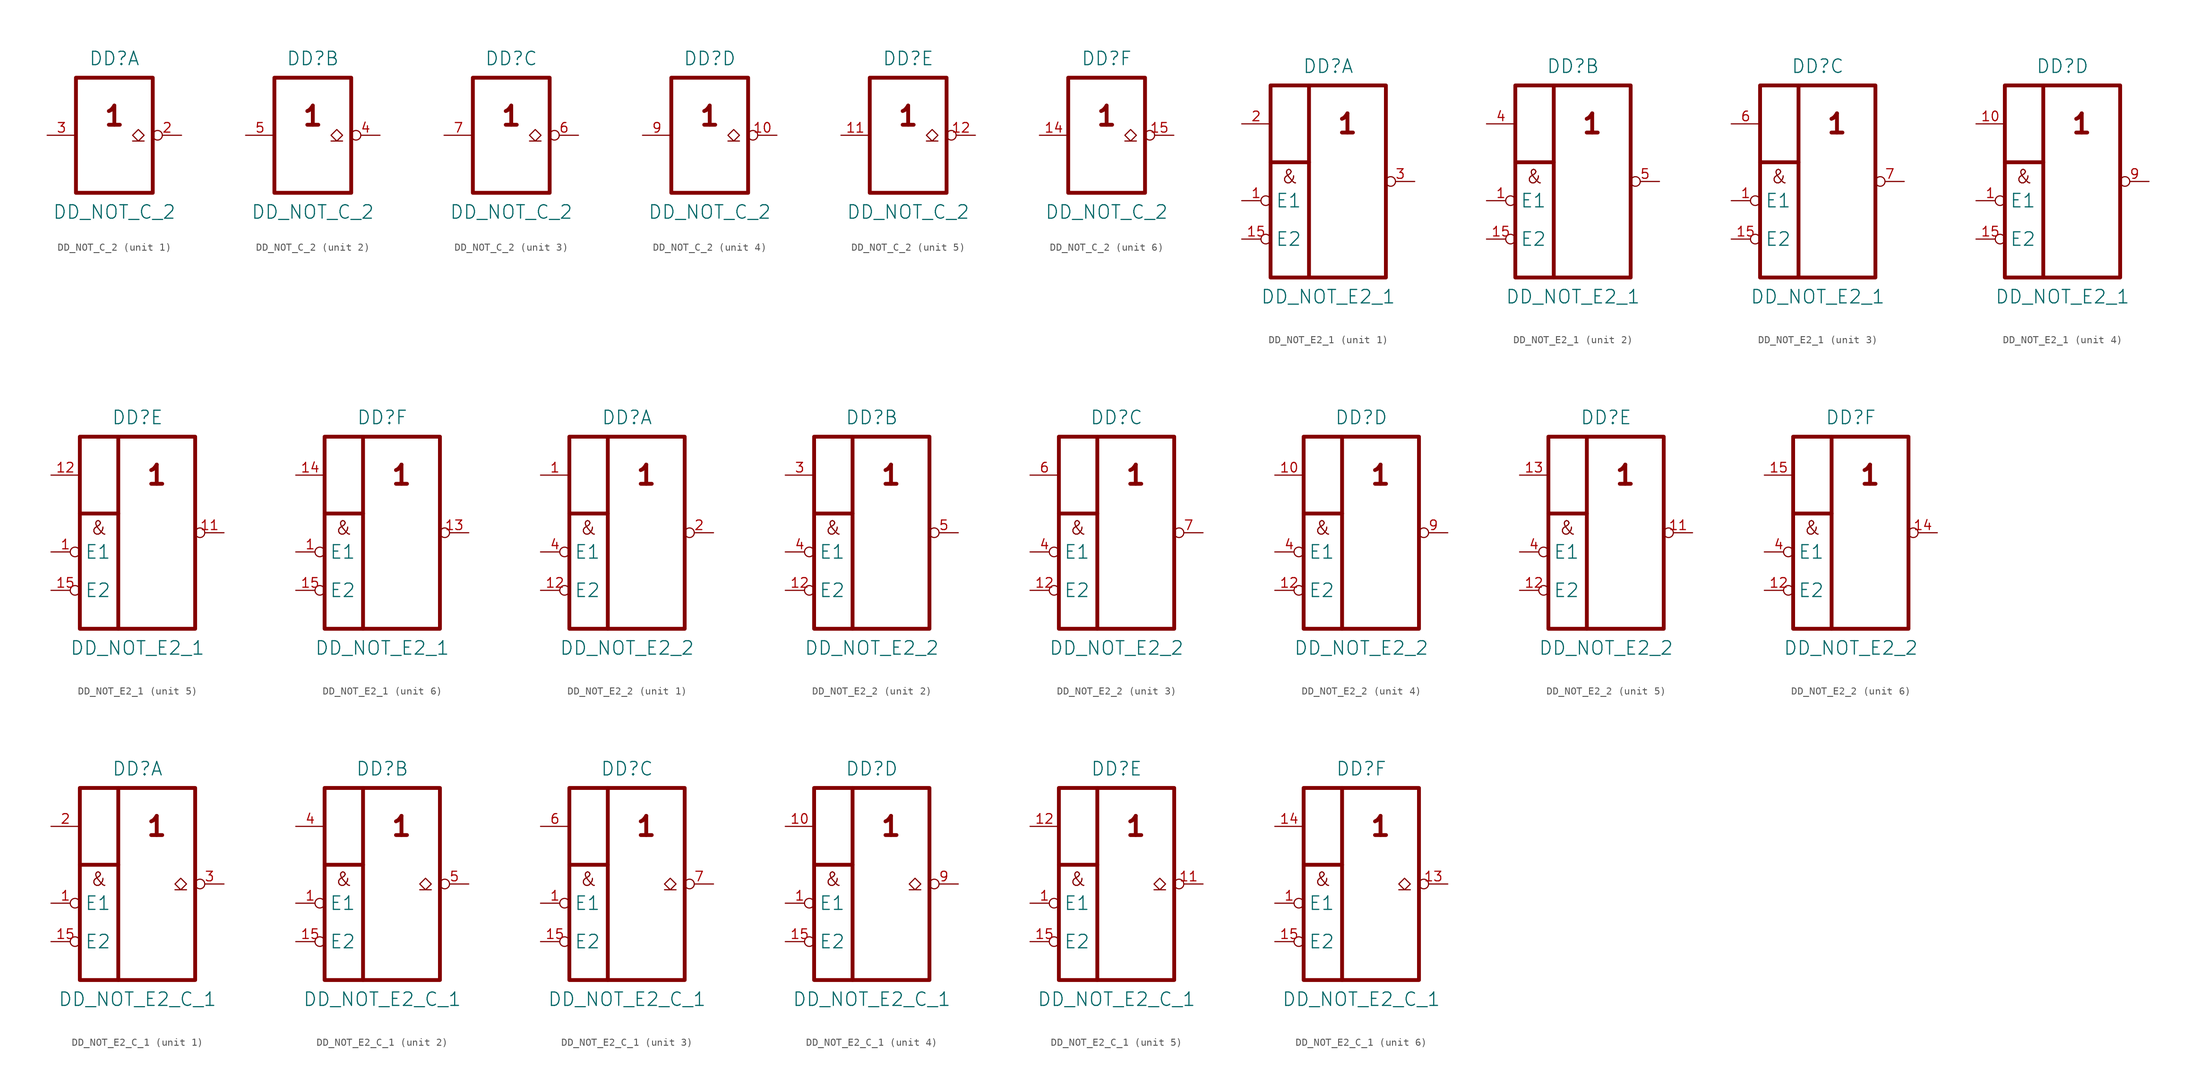
<source format=kicad_sym>
(kicad_symbol_lib
  (version 20211014)
  (generator kicad_symbol_editor)
  (symbol "DD_NOT_C_2"
    (pin_names
      (offset 1.27))
    (property "Reference" "DD"
      (at 0 10.16 0)
      (effects (font (size 1.778 1.778))))
    (property "Value" "DD_NOT_C_2"
      (at 0 -10.16 0)
      (effects (font (size 1.778 1.778))))
    (symbol "DD_NOT_C_2_0_0"
      (text "1" (at 0 2.54 0) (effects (font (size 2.54 2.54) bold))))
    (symbol "DD_NOT_C_2_0_1"
      (rectangle (start -5.08 7.62) (end 5.08 -7.62) (stroke (width 0.508) (type default) (color 0 0 0 0)) (fill (type none)))
      (polyline (pts (xy 2.413 -0.762) (xy 3.175 -0.762) (xy 2.413 0) (xy 3.175 0.762) (xy 3.937 0) (xy 3.175 -0.762) (xy 3.937 -0.762)) (stroke (width 0) (type default) (color 0 0 0 0)) (fill (type none)))
      (pin power_in non_logic (at 8.89 5.08 180) (length 3.81) hide (name "VCC" (effects (font (size 1.27 1.27)))) (number "16" (effects (font (size 1.27 1.27)))))
      (pin power_in non_logic (at 8.89 -5.08 180) (length 3.81) hide (name "GND" (effects (font (size 1.27 1.27)))) (number "8" (effects (font (size 1.27 1.27))))))
    (symbol "DD_NOT_C_2_1_1"
      (pin output inverted (at 8.89 0 180) (length 3.81) (name "~" (effects (font (size 1.778 1.778)))) (number "2" (effects (font (size 1.27 1.27)))))
      (pin input line (at -8.89 0 0) (length 3.81) (name "~" (effects (font (size 1.778 1.778)))) (number "3" (effects (font (size 1.27 1.27))))))
    (symbol "DD_NOT_C_2_2_1"
      (pin output inverted (at 8.89 0 180) (length 3.81) (name "~" (effects (font (size 1.778 1.778)))) (number "4" (effects (font (size 1.27 1.27)))))
      (pin input line (at -8.89 0 0) (length 3.81) (name "~" (effects (font (size 1.778 1.778)))) (number "5" (effects (font (size 1.27 1.27))))))
    (symbol "DD_NOT_C_2_3_1"
      (pin output inverted (at 8.89 0 180) (length 3.81) (name "~" (effects (font (size 1.778 1.778)))) (number "6" (effects (font (size 1.27 1.27)))))
      (pin input line (at -8.89 0 0) (length 3.81) (name "~" (effects (font (size 1.778 1.778)))) (number "7" (effects (font (size 1.27 1.27))))))
    (symbol "DD_NOT_C_2_4_1"
      (pin output inverted (at 8.89 0 180) (length 3.81) (name "~" (effects (font (size 1.778 1.778)))) (number "10" (effects (font (size 1.27 1.27)))))
      (pin input line (at -8.89 0 0) (length 3.81) (name "~" (effects (font (size 1.778 1.778)))) (number "9" (effects (font (size 1.27 1.27))))))
    (symbol "DD_NOT_C_2_5_1"
      (pin input line (at -8.89 0 0) (length 3.81) (name "~" (effects (font (size 1.778 1.778)))) (number "11" (effects (font (size 1.27 1.27)))))
      (pin output inverted (at 8.89 0 180) (length 3.81) (name "~" (effects (font (size 1.778 1.778)))) (number "12" (effects (font (size 1.27 1.27))))))
    (symbol "DD_NOT_C_2_6_1"
      (pin input line (at -8.89 0 0) (length 3.81) (name "~" (effects (font (size 1.778 1.778)))) (number "14" (effects (font (size 1.27 1.27)))))
      (pin output inverted (at 8.89 0 180) (length 3.81) (name "~" (effects (font (size 1.778 1.778)))) (number "15" (effects (font (size 1.27 1.27)))))))
  (symbol "DD_NOT_E2_1"
    (pin_names
      (offset 0.635))
    (property "Reference" "DD"
      (at 0 15.24 0)
      (effects (font (size 1.778 1.778))))
    (property "Value" "DD_NOT_E2_1"
      (at 0 -15.24 0)
      (effects (font (size 1.778 1.778))))
    (symbol "DD_NOT_E2_1_0_0"
      (text "&" (at -5.08 0.635 0) (effects (font (size 1.778 1.778))))
      (text "1" (at 2.54 7.62 0) (effects (font (size 2.54 2.54) bold))))
    (symbol "DD_NOT_E2_1_0_1"
      (rectangle (start -7.62 12.7) (end 7.62 -12.7) (stroke (width 0.508) (type default) (color 0 0 0 0)) (fill (type none)))
      (polyline (pts (xy -7.62 2.54) (xy -2.54 2.54)) (stroke (width 0.508) (type default) (color 0 0 0 0)) (fill (type none)))
      (polyline (pts (xy -2.54 12.7) (xy -2.54 -12.7)) (stroke (width 0.508) (type default) (color 0 0 0 0)) (fill (type none)))
      (pin input inverted (at -11.43 -2.54 0) (length 3.81) (name "E1" (effects (font (size 1.778 1.778)))) (number "1" (effects (font (size 1.27 1.27)))))
      (pin input inverted (at -11.43 -7.62 0) (length 3.81) (name "E2" (effects (font (size 1.778 1.778)))) (number "15" (effects (font (size 1.27 1.27)))))
      (pin power_in non_logic (at 11.43 10.16 180) (length 3.81) hide (name "VCC" (effects (font (size 1.27 1.27)))) (number "16" (effects (font (size 1.27 1.27)))))
      (pin power_in non_logic (at 11.43 -10.16 180) (length 3.81) hide (name "GND" (effects (font (size 1.27 1.27)))) (number "8" (effects (font (size 1.27 1.27))))))
    (symbol "DD_NOT_E2_1_1_1"
      (pin input line (at -11.43 7.62 0) (length 3.81) (name "~" (effects (font (size 1.778 1.778)))) (number "2" (effects (font (size 1.27 1.27)))))
      (pin output inverted (at 11.43 0 180) (length 3.81) (name "~" (effects (font (size 1.778 1.778)))) (number "3" (effects (font (size 1.27 1.27))))))
    (symbol "DD_NOT_E2_1_2_1"
      (pin input line (at -11.43 7.62 0) (length 3.81) (name "~" (effects (font (size 1.778 1.778)))) (number "4" (effects (font (size 1.27 1.27)))))
      (pin output inverted (at 11.43 0 180) (length 3.81) (name "~" (effects (font (size 1.778 1.778)))) (number "5" (effects (font (size 1.27 1.27))))))
    (symbol "DD_NOT_E2_1_3_1"
      (pin input line (at -11.43 7.62 0) (length 3.81) (name "~" (effects (font (size 1.778 1.778)))) (number "6" (effects (font (size 1.27 1.27)))))
      (pin output inverted (at 11.43 0 180) (length 3.81) (name "~" (effects (font (size 1.778 1.778)))) (number "7" (effects (font (size 1.27 1.27))))))
    (symbol "DD_NOT_E2_1_4_1"
      (pin input line (at -11.43 7.62 0) (length 3.81) (name "~" (effects (font (size 1.778 1.778)))) (number "10" (effects (font (size 1.27 1.27)))))
      (pin output inverted (at 11.43 0 180) (length 3.81) (name "~" (effects (font (size 1.778 1.778)))) (number "9" (effects (font (size 1.27 1.27))))))
    (symbol "DD_NOT_E2_1_5_1"
      (pin output inverted (at 11.43 0 180) (length 3.81) (name "~" (effects (font (size 1.778 1.778)))) (number "11" (effects (font (size 1.27 1.27)))))
      (pin input line (at -11.43 7.62 0) (length 3.81) (name "~" (effects (font (size 1.778 1.778)))) (number "12" (effects (font (size 1.27 1.27))))))
    (symbol "DD_NOT_E2_1_6_1"
      (pin output inverted (at 11.43 0 180) (length 3.81) (name "~" (effects (font (size 1.778 1.778)))) (number "13" (effects (font (size 1.27 1.27)))))
      (pin input line (at -11.43 7.62 0) (length 3.81) (name "~" (effects (font (size 1.778 1.778)))) (number "14" (effects (font (size 1.27 1.27)))))))
  (symbol "DD_NOT_E2_2"
    (pin_names
      (offset 0.635))
    (property "Reference" "DD"
      (at 0 15.24 0)
      (effects (font (size 1.778 1.778))))
    (property "Value" "DD_NOT_E2_2"
      (at 0 -15.24 0)
      (effects (font (size 1.778 1.778))))
    (symbol "DD_NOT_E2_2_0_0"
      (text "&" (at -5.08 0.635 0) (effects (font (size 1.778 1.778))))
      (text "1" (at 2.54 7.62 0) (effects (font (size 2.54 2.54) bold))))
    (symbol "DD_NOT_E2_2_0_1"
      (rectangle (start -7.62 12.7) (end 7.62 -12.7) (stroke (width 0.508) (type default) (color 0 0 0 0)) (fill (type none)))
      (polyline (pts (xy -7.62 2.54) (xy -2.54 2.54)) (stroke (width 0.508) (type default) (color 0 0 0 0)) (fill (type none)))
      (polyline (pts (xy -2.54 12.7) (xy -2.54 -12.7)) (stroke (width 0.508) (type default) (color 0 0 0 0)) (fill (type none)))
      (pin input inverted (at -11.43 -7.62 0) (length 3.81) (name "E2" (effects (font (size 1.778 1.778)))) (number "12" (effects (font (size 1.27 1.27)))))
      (pin power_in non_logic (at 11.43 10.16 180) (length 3.81) hide (name "VCC" (effects (font (size 1.27 1.27)))) (number "16" (effects (font (size 1.27 1.27)))))
      (pin input inverted (at -11.43 -2.54 0) (length 3.81) (name "E1" (effects (font (size 1.778 1.778)))) (number "4" (effects (font (size 1.27 1.27)))))
      (pin power_in non_logic (at 11.43 -10.16 180) (length 3.81) hide (name "GND" (effects (font (size 1.27 1.27)))) (number "8" (effects (font (size 1.27 1.27))))))
    (symbol "DD_NOT_E2_2_1_1"
      (pin input line (at -11.43 7.62 0) (length 3.81) (name "~" (effects (font (size 1.778 1.778)))) (number "1" (effects (font (size 1.27 1.27)))))
      (pin output inverted (at 11.43 0 180) (length 3.81) (name "~" (effects (font (size 1.778 1.778)))) (number "2" (effects (font (size 1.27 1.27))))))
    (symbol "DD_NOT_E2_2_2_1"
      (pin input line (at -11.43 7.62 0) (length 3.81) (name "~" (effects (font (size 1.778 1.778)))) (number "3" (effects (font (size 1.27 1.27)))))
      (pin output inverted (at 11.43 0 180) (length 3.81) (name "~" (effects (font (size 1.778 1.778)))) (number "5" (effects (font (size 1.27 1.27))))))
    (symbol "DD_NOT_E2_2_3_1"
      (pin input line (at -11.43 7.62 0) (length 3.81) (name "~" (effects (font (size 1.778 1.778)))) (number "6" (effects (font (size 1.27 1.27)))))
      (pin output inverted (at 11.43 0 180) (length 3.81) (name "~" (effects (font (size 1.778 1.778)))) (number "7" (effects (font (size 1.27 1.27))))))
    (symbol "DD_NOT_E2_2_4_1"
      (pin input line (at -11.43 7.62 0) (length 3.81) (name "~" (effects (font (size 1.778 1.778)))) (number "10" (effects (font (size 1.27 1.27)))))
      (pin output inverted (at 11.43 0 180) (length 3.81) (name "~" (effects (font (size 1.778 1.778)))) (number "9" (effects (font (size 1.27 1.27))))))
    (symbol "DD_NOT_E2_2_5_1"
      (pin output inverted (at 11.43 0 180) (length 3.81) (name "~" (effects (font (size 1.778 1.778)))) (number "11" (effects (font (size 1.27 1.27)))))
      (pin input line (at -11.43 7.62 0) (length 3.81) (name "~" (effects (font (size 1.778 1.778)))) (number "13" (effects (font (size 1.27 1.27))))))
    (symbol "DD_NOT_E2_2_6_1"
      (pin output inverted (at 11.43 0 180) (length 3.81) (name "~" (effects (font (size 1.778 1.778)))) (number "14" (effects (font (size 1.27 1.27)))))
      (pin input line (at -11.43 7.62 0) (length 3.81) (name "~" (effects (font (size 1.778 1.778)))) (number "15" (effects (font (size 1.27 1.27)))))))
  (symbol "DD_NOT_E2_C_1"
    (pin_names
      (offset 0.635))
    (property "Reference" "DD"
      (at 0 15.24 0)
      (effects (font (size 1.778 1.778))))
    (property "Value" "DD_NOT_E2_C_1"
      (at 0 -15.24 0)
      (effects (font (size 1.778 1.778))))
    (symbol "DD_NOT_E2_C_1_0_0"
      (text "&" (at -5.08 0.635 0) (effects (font (size 1.778 1.778))))
      (text "1" (at 2.54 7.62 0) (effects (font (size 2.54 2.54) bold))))
    (symbol "DD_NOT_E2_C_1_0_1"
      (rectangle (start -7.62 12.7) (end 7.62 -12.7) (stroke (width 0.508) (type default) (color 0 0 0 0)) (fill (type none)))
      (polyline (pts (xy -7.62 2.54) (xy -2.54 2.54)) (stroke (width 0.508) (type default) (color 0 0 0 0)) (fill (type none)))
      (polyline (pts (xy -2.54 12.7) (xy -2.54 -12.7)) (stroke (width 0.508) (type default) (color 0 0 0 0)) (fill (type none)))
      (polyline (pts (xy 4.953 -0.762) (xy 5.715 -0.762) (xy 4.953 0) (xy 5.715 0.762) (xy 6.477 0) (xy 5.715 -0.762) (xy 6.477 -0.762)) (stroke (width 0) (type default) (color 0 0 0 0)) (fill (type none)))
      (pin input inverted (at -11.43 -2.54 0) (length 3.81) (name "E1" (effects (font (size 1.778 1.778)))) (number "1" (effects (font (size 1.27 1.27)))))
      (pin input inverted (at -11.43 -7.62 0) (length 3.81) (name "E2" (effects (font (size 1.778 1.778)))) (number "15" (effects (font (size 1.27 1.27)))))
      (pin power_in non_logic (at 11.43 10.16 180) (length 3.81) hide (name "VCC" (effects (font (size 1.27 1.27)))) (number "16" (effects (font (size 1.27 1.27)))))
      (pin power_in non_logic (at 11.43 -10.16 180) (length 3.81) hide (name "GND" (effects (font (size 1.27 1.27)))) (number "8" (effects (font (size 1.27 1.27))))))
    (symbol "DD_NOT_E2_C_1_1_1"
      (pin input line (at -11.43 7.62 0) (length 3.81) (name "~" (effects (font (size 1.778 1.778)))) (number "2" (effects (font (size 1.27 1.27)))))
      (pin output inverted (at 11.43 0 180) (length 3.81) (name "~" (effects (font (size 1.778 1.778)))) (number "3" (effects (font (size 1.27 1.27))))))
    (symbol "DD_NOT_E2_C_1_2_1"
      (pin input line (at -11.43 7.62 0) (length 3.81) (name "~" (effects (font (size 1.778 1.778)))) (number "4" (effects (font (size 1.27 1.27)))))
      (pin output inverted (at 11.43 0 180) (length 3.81) (name "~" (effects (font (size 1.778 1.778)))) (number "5" (effects (font (size 1.27 1.27))))))
    (symbol "DD_NOT_E2_C_1_3_1"
      (pin input line (at -11.43 7.62 0) (length 3.81) (name "~" (effects (font (size 1.778 1.778)))) (number "6" (effects (font (size 1.27 1.27)))))
      (pin output inverted (at 11.43 0 180) (length 3.81) (name "~" (effects (font (size 1.778 1.778)))) (number "7" (effects (font (size 1.27 1.27))))))
    (symbol "DD_NOT_E2_C_1_4_1"
      (pin input line (at -11.43 7.62 0) (length 3.81) (name "~" (effects (font (size 1.778 1.778)))) (number "10" (effects (font (size 1.27 1.27)))))
      (pin output inverted (at 11.43 0 180) (length 3.81) (name "~" (effects (font (size 1.778 1.778)))) (number "9" (effects (font (size 1.27 1.27))))))
    (symbol "DD_NOT_E2_C_1_5_1"
      (pin output inverted (at 11.43 0 180) (length 3.81) (name "~" (effects (font (size 1.778 1.778)))) (number "11" (effects (font (size 1.27 1.27)))))
      (pin input line (at -11.43 7.62 0) (length 3.81) (name "~" (effects (font (size 1.778 1.778)))) (number "12" (effects (font (size 1.27 1.27))))))
    (symbol "DD_NOT_E2_C_1_6_1"
      (pin output inverted (at 11.43 0 180) (length 3.81) (name "~" (effects (font (size 1.778 1.778)))) (number "13" (effects (font (size 1.27 1.27)))))
      (pin input line (at -11.43 7.62 0) (length 3.81) (name "~" (effects (font (size 1.778 1.778)))) (number "14" (effects (font (size 1.27 1.27))))))))
</source>
